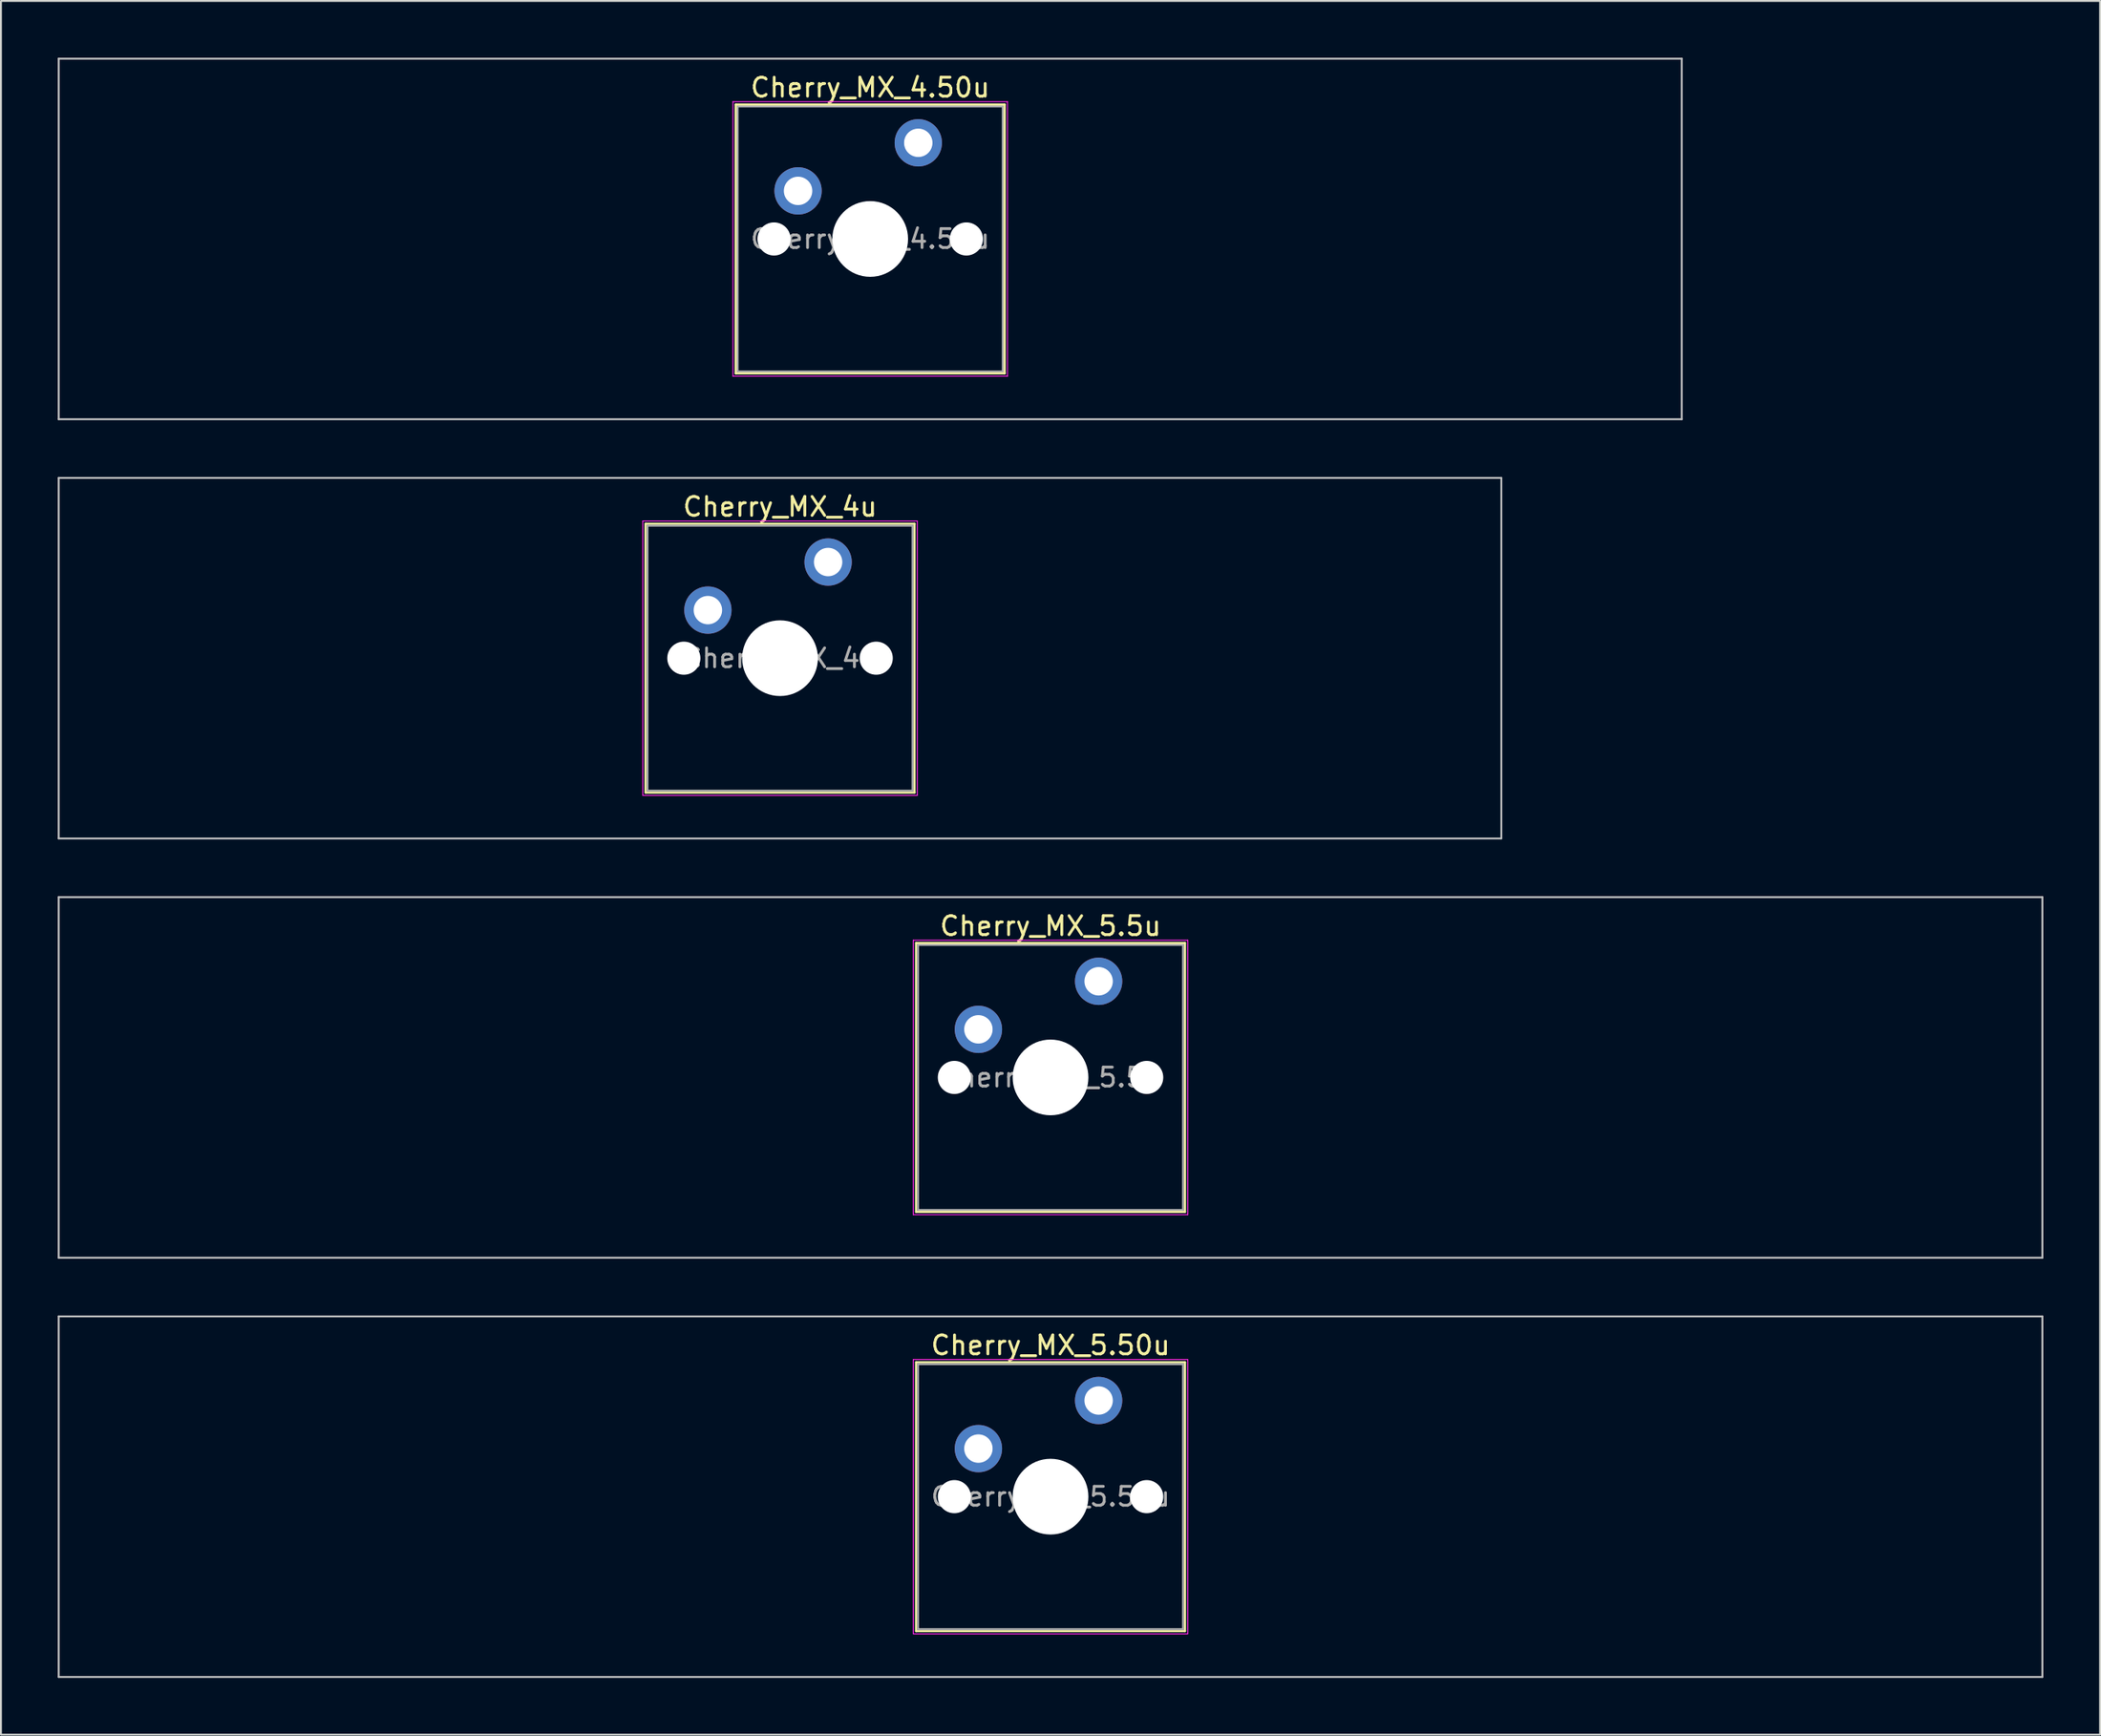
<source format=kicad_pcb>
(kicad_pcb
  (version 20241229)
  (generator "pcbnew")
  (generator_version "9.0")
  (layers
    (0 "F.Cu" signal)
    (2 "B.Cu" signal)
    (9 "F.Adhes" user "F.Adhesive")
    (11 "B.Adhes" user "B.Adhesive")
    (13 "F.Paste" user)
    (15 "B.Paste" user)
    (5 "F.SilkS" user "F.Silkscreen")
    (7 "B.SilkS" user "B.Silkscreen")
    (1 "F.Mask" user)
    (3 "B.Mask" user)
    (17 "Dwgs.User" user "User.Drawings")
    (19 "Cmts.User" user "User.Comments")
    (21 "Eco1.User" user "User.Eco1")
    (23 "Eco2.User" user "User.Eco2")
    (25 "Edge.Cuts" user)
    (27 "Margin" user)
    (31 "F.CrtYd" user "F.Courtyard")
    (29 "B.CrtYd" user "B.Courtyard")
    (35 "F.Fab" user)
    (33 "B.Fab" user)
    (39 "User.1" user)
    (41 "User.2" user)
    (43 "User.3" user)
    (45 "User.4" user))
  (footprint "Cherry_MX_4u"
    (layer "F.Cu")
    (at 38.15 31.725)
    (property "Reference" "Cherry_MX_4u" (at 0 -8 0) (layer "F.SilkS") (effects (font (size 1 1) (thickness 0.15))))
    (attr through_hole)
    (fp_line (start -7.1 -7.1) (end -7.1 7.1) (stroke (width 0.12) (type solid)) (layer "F.SilkS"))
    (fp_line (start -7.1 7.1) (end 7.1 7.1) (stroke (width 0.12) (type solid)) (layer "F.SilkS"))
    (fp_line (start 7.1 -7.1) (end -7.1 -7.1) (stroke (width 0.12) (type solid)) (layer "F.SilkS"))
    (fp_line (start 7.1 7.1) (end 7.1 -7.1) (stroke (width 0.12) (type solid)) (layer "F.SilkS"))
    (fp_line (start -38.1 -9.525) (end -38.1 9.525) (stroke (width 0.1) (type solid)) (layer "Dwgs.User"))
    (fp_line (start -38.1 9.525) (end 38.1 9.525) (stroke (width 0.1) (type solid)) (layer "Dwgs.User"))
    (fp_line (start 38.1 -9.525) (end -38.1 -9.525) (stroke (width 0.1) (type solid)) (layer "Dwgs.User"))
    (fp_line (start 38.1 9.525) (end 38.1 -9.525) (stroke (width 0.1) (type solid)) (layer "Dwgs.User"))
    (fp_line (start -7 -7) (end -7 7) (stroke (width 0.1) (type solid)) (layer "Eco1.User"))
    (fp_line (start -7 7) (end 7 7) (stroke (width 0.1) (type solid)) (layer "Eco1.User"))
    (fp_line (start 7 -7) (end -7 -7) (stroke (width 0.1) (type solid)) (layer "Eco1.User"))
    (fp_line (start 7 7) (end 7 -7) (stroke (width 0.1) (type solid)) (layer "Eco1.User"))
    (fp_line (start -7.25 -7.25) (end -7.25 7.25) (stroke (width 0.05) (type solid)) (layer "F.CrtYd"))
    (fp_line (start -7.25 7.25) (end 7.25 7.25) (stroke (width 0.05) (type solid)) (layer "F.CrtYd"))
    (fp_line (start 7.25 -7.25) (end -7.25 -7.25) (stroke (width 0.05) (type solid)) (layer "F.CrtYd"))
    (fp_line (start 7.25 7.25) (end 7.25 -7.25) (stroke (width 0.05) (type solid)) (layer "F.CrtYd"))
    (fp_line (start -7 -7) (end -7 7) (stroke (width 0.1) (type solid)) (layer "F.Fab"))
    (fp_line (start -7 7) (end 7 7) (stroke (width 0.1) (type solid)) (layer "F.Fab"))
    (fp_line (start 7 -7) (end -7 -7) (stroke (width 0.1) (type solid)) (layer "F.Fab"))
    (fp_line (start 7 7) (end 7 -7) (stroke (width 0.1) (type solid)) (layer "F.Fab"))
    (fp_text user "${REFERENCE}" (at 0 0 0) (layer "F.Fab") (effects (font (size 1 1) (thickness 0.15))))
    (pad "" np_thru_hole circle (at -5.08 0) (size 1.75 1.75) (drill 1.75) (layers "*.Cu" "*.Mask"))
    (pad "" np_thru_hole circle (at 0 0) (size 4 4) (drill 4) (layers "*.Cu" "*.Mask"))
    (pad "" np_thru_hole circle (at 5.08 0) (size 1.75 1.75) (drill 1.75) (layers "*.Cu" "*.Mask"))
    (pad "1" thru_hole circle (at -3.81 -2.54) (size 2.5 2.5) (drill 1.5) (layers "*.Cu" "*.Mask"))
    (pad "2" thru_hole circle (at 2.54 -5.08) (size 2.5 2.5) (drill 1.5) (layers "*.Cu" "*.Mask")))
  (footprint "Cherry_MX_4.50u"
    (layer "F.Cu")
    (at 42.913 9.575)
    (property "Reference" "Cherry_MX_4.50u" (at 0 -8 0) (layer "F.SilkS") (effects (font (size 1 1) (thickness 0.15))))
    (attr through_hole)
    (fp_line (start -7.1 -7.1) (end -7.1 7.1) (stroke (width 0.12) (type solid)) (layer "F.SilkS"))
    (fp_line (start -7.1 7.1) (end 7.1 7.1) (stroke (width 0.12) (type solid)) (layer "F.SilkS"))
    (fp_line (start 7.1 -7.1) (end -7.1 -7.1) (stroke (width 0.12) (type solid)) (layer "F.SilkS"))
    (fp_line (start 7.1 7.1) (end 7.1 -7.1) (stroke (width 0.12) (type solid)) (layer "F.SilkS"))
    (fp_line (start -42.862 -9.525) (end -42.862 9.525) (stroke (width 0.1) (type solid)) (layer "Dwgs.User"))
    (fp_line (start -42.862 9.525) (end 42.862 9.525) (stroke (width 0.1) (type solid)) (layer "Dwgs.User"))
    (fp_line (start 42.862 -9.525) (end -42.862 -9.525) (stroke (width 0.1) (type solid)) (layer "Dwgs.User"))
    (fp_line (start 42.862 9.525) (end 42.862 -9.525) (stroke (width 0.1) (type solid)) (layer "Dwgs.User"))
    (fp_line (start -7 -7) (end -7 7) (stroke (width 0.1) (type solid)) (layer "Eco1.User"))
    (fp_line (start -7 7) (end 7 7) (stroke (width 0.1) (type solid)) (layer "Eco1.User"))
    (fp_line (start 7 -7) (end -7 -7) (stroke (width 0.1) (type solid)) (layer "Eco1.User"))
    (fp_line (start 7 7) (end 7 -7) (stroke (width 0.1) (type solid)) (layer "Eco1.User"))
    (fp_line (start -7.25 -7.25) (end -7.25 7.25) (stroke (width 0.05) (type solid)) (layer "F.CrtYd"))
    (fp_line (start -7.25 7.25) (end 7.25 7.25) (stroke (width 0.05) (type solid)) (layer "F.CrtYd"))
    (fp_line (start 7.25 -7.25) (end -7.25 -7.25) (stroke (width 0.05) (type solid)) (layer "F.CrtYd"))
    (fp_line (start 7.25 7.25) (end 7.25 -7.25) (stroke (width 0.05) (type solid)) (layer "F.CrtYd"))
    (fp_line (start -7 -7) (end -7 7) (stroke (width 0.1) (type solid)) (layer "F.Fab"))
    (fp_line (start -7 7) (end 7 7) (stroke (width 0.1) (type solid)) (layer "F.Fab"))
    (fp_line (start 7 -7) (end -7 -7) (stroke (width 0.1) (type solid)) (layer "F.Fab"))
    (fp_line (start 7 7) (end 7 -7) (stroke (width 0.1) (type solid)) (layer "F.Fab"))
    (fp_text user "${REFERENCE}" (at 0 0 0) (layer "F.Fab") (effects (font (size 1 1) (thickness 0.15))))
    (pad "" np_thru_hole circle (at -5.08 0) (size 1.75 1.75) (drill 1.75) (layers "*.Cu" "*.Mask"))
    (pad "" np_thru_hole circle (at 0 0) (size 4 4) (drill 4) (layers "*.Cu" "*.Mask"))
    (pad "" np_thru_hole circle (at 5.08 0) (size 1.75 1.75) (drill 1.75) (layers "*.Cu" "*.Mask"))
    (pad "1" thru_hole circle (at -3.81 -2.54) (size 2.5 2.5) (drill 1.5) (layers "*.Cu" "*.Mask"))
    (pad "2" thru_hole circle (at 2.54 -5.08) (size 2.5 2.5) (drill 1.5) (layers "*.Cu" "*.Mask")))
  (footprint "Cherry_MX_5.5u"
    (layer "F.Cu")
    (at 52.438 53.875)
    (property "Reference" "Cherry_MX_5.5u" (at 0 -8 0) (layer "F.SilkS") (effects (font (size 1 1) (thickness 0.15))))
    (attr through_hole)
    (fp_line (start -7.1 -7.1) (end -7.1 7.1) (stroke (width 0.12) (type solid)) (layer "F.SilkS"))
    (fp_line (start -7.1 7.1) (end 7.1 7.1) (stroke (width 0.12) (type solid)) (layer "F.SilkS"))
    (fp_line (start 7.1 -7.1) (end -7.1 -7.1) (stroke (width 0.12) (type solid)) (layer "F.SilkS"))
    (fp_line (start 7.1 7.1) (end 7.1 -7.1) (stroke (width 0.12) (type solid)) (layer "F.SilkS"))
    (fp_line (start -52.388 -9.525) (end -52.388 9.525) (stroke (width 0.1) (type solid)) (layer "Dwgs.User"))
    (fp_line (start -52.388 9.525) (end 52.388 9.525) (stroke (width 0.1) (type solid)) (layer "Dwgs.User"))
    (fp_line (start 52.388 -9.525) (end -52.388 -9.525) (stroke (width 0.1) (type solid)) (layer "Dwgs.User"))
    (fp_line (start 52.388 9.525) (end 52.388 -9.525) (stroke (width 0.1) (type solid)) (layer "Dwgs.User"))
    (fp_line (start -7 -7) (end -7 7) (stroke (width 0.1) (type solid)) (layer "Eco1.User"))
    (fp_line (start -7 7) (end 7 7) (stroke (width 0.1) (type solid)) (layer "Eco1.User"))
    (fp_line (start 7 -7) (end -7 -7) (stroke (width 0.1) (type solid)) (layer "Eco1.User"))
    (fp_line (start 7 7) (end 7 -7) (stroke (width 0.1) (type solid)) (layer "Eco1.User"))
    (fp_line (start -7.25 -7.25) (end -7.25 7.25) (stroke (width 0.05) (type solid)) (layer "F.CrtYd"))
    (fp_line (start -7.25 7.25) (end 7.25 7.25) (stroke (width 0.05) (type solid)) (layer "F.CrtYd"))
    (fp_line (start 7.25 -7.25) (end -7.25 -7.25) (stroke (width 0.05) (type solid)) (layer "F.CrtYd"))
    (fp_line (start 7.25 7.25) (end 7.25 -7.25) (stroke (width 0.05) (type solid)) (layer "F.CrtYd"))
    (fp_line (start -7 -7) (end -7 7) (stroke (width 0.1) (type solid)) (layer "F.Fab"))
    (fp_line (start -7 7) (end 7 7) (stroke (width 0.1) (type solid)) (layer "F.Fab"))
    (fp_line (start 7 -7) (end -7 -7) (stroke (width 0.1) (type solid)) (layer "F.Fab"))
    (fp_line (start 7 7) (end 7 -7) (stroke (width 0.1) (type solid)) (layer "F.Fab"))
    (fp_text user "${REFERENCE}" (at 0 0 0) (layer "F.Fab") (effects (font (size 1 1) (thickness 0.15))))
    (pad "" np_thru_hole circle (at -5.08 0) (size 1.75 1.75) (drill 1.75) (layers "*.Cu" "*.Mask"))
    (pad "" np_thru_hole circle (at 0 0) (size 4 4) (drill 4) (layers "*.Cu" "*.Mask"))
    (pad "" np_thru_hole circle (at 5.08 0) (size 1.75 1.75) (drill 1.75) (layers "*.Cu" "*.Mask"))
    (pad "1" thru_hole circle (at -3.81 -2.54) (size 2.5 2.5) (drill 1.5) (layers "*.Cu" "*.Mask"))
    (pad "2" thru_hole circle (at 2.54 -5.08) (size 2.5 2.5) (drill 1.5) (layers "*.Cu" "*.Mask")))
  (footprint "Cherry_MX_5.50u"
    (layer "F.Cu")
    (at 52.438 76.025)
    (property "Reference" "Cherry_MX_5.50u" (at 0 -8 0) (layer "F.SilkS") (effects (font (size 1 1) (thickness 0.15))))
    (attr through_hole)
    (fp_line (start -7.1 -7.1) (end -7.1 7.1) (stroke (width 0.12) (type solid)) (layer "F.SilkS"))
    (fp_line (start -7.1 7.1) (end 7.1 7.1) (stroke (width 0.12) (type solid)) (layer "F.SilkS"))
    (fp_line (start 7.1 -7.1) (end -7.1 -7.1) (stroke (width 0.12) (type solid)) (layer "F.SilkS"))
    (fp_line (start 7.1 7.1) (end 7.1 -7.1) (stroke (width 0.12) (type solid)) (layer "F.SilkS"))
    (fp_line (start -52.388 -9.525) (end -52.388 9.525) (stroke (width 0.1) (type solid)) (layer "Dwgs.User"))
    (fp_line (start -52.388 9.525) (end 52.388 9.525) (stroke (width 0.1) (type solid)) (layer "Dwgs.User"))
    (fp_line (start 52.388 -9.525) (end -52.388 -9.525) (stroke (width 0.1) (type solid)) (layer "Dwgs.User"))
    (fp_line (start 52.388 9.525) (end 52.388 -9.525) (stroke (width 0.1) (type solid)) (layer "Dwgs.User"))
    (fp_line (start -7 -7) (end -7 7) (stroke (width 0.1) (type solid)) (layer "Eco1.User"))
    (fp_line (start -7 7) (end 7 7) (stroke (width 0.1) (type solid)) (layer "Eco1.User"))
    (fp_line (start 7 -7) (end -7 -7) (stroke (width 0.1) (type solid)) (layer "Eco1.User"))
    (fp_line (start 7 7) (end 7 -7) (stroke (width 0.1) (type solid)) (layer "Eco1.User"))
    (fp_line (start -7.25 -7.25) (end -7.25 7.25) (stroke (width 0.05) (type solid)) (layer "F.CrtYd"))
    (fp_line (start -7.25 7.25) (end 7.25 7.25) (stroke (width 0.05) (type solid)) (layer "F.CrtYd"))
    (fp_line (start 7.25 -7.25) (end -7.25 -7.25) (stroke (width 0.05) (type solid)) (layer "F.CrtYd"))
    (fp_line (start 7.25 7.25) (end 7.25 -7.25) (stroke (width 0.05) (type solid)) (layer "F.CrtYd"))
    (fp_line (start -7 -7) (end -7 7) (stroke (width 0.1) (type solid)) (layer "F.Fab"))
    (fp_line (start -7 7) (end 7 7) (stroke (width 0.1) (type solid)) (layer "F.Fab"))
    (fp_line (start 7 -7) (end -7 -7) (stroke (width 0.1) (type solid)) (layer "F.Fab"))
    (fp_line (start 7 7) (end 7 -7) (stroke (width 0.1) (type solid)) (layer "F.Fab"))
    (fp_text user "${REFERENCE}" (at 0 0 0) (layer "F.Fab") (effects (font (size 1 1) (thickness 0.15))))
    (pad "" np_thru_hole circle (at -5.08 0) (size 1.75 1.75) (drill 1.75) (layers "*.Cu" "*.Mask"))
    (pad "" np_thru_hole circle (at 0 0) (size 4 4) (drill 4) (layers "*.Cu" "*.Mask"))
    (pad "" np_thru_hole circle (at 5.08 0) (size 1.75 1.75) (drill 1.75) (layers "*.Cu" "*.Mask"))
    (pad "1" thru_hole circle (at -3.81 -2.54) (size 2.5 2.5) (drill 1.5) (layers "*.Cu" "*.Mask"))
    (pad "2" thru_hole circle (at 2.54 -5.08) (size 2.5 2.5) (drill 1.5) (layers "*.Cu" "*.Mask")))
  (gr_rect
    (start -3 -3)
    (end 107.875 88.6)
    (stroke (width 0.1) (type default))
    (fill no)
    (layer "Edge.Cuts")))
</source>
